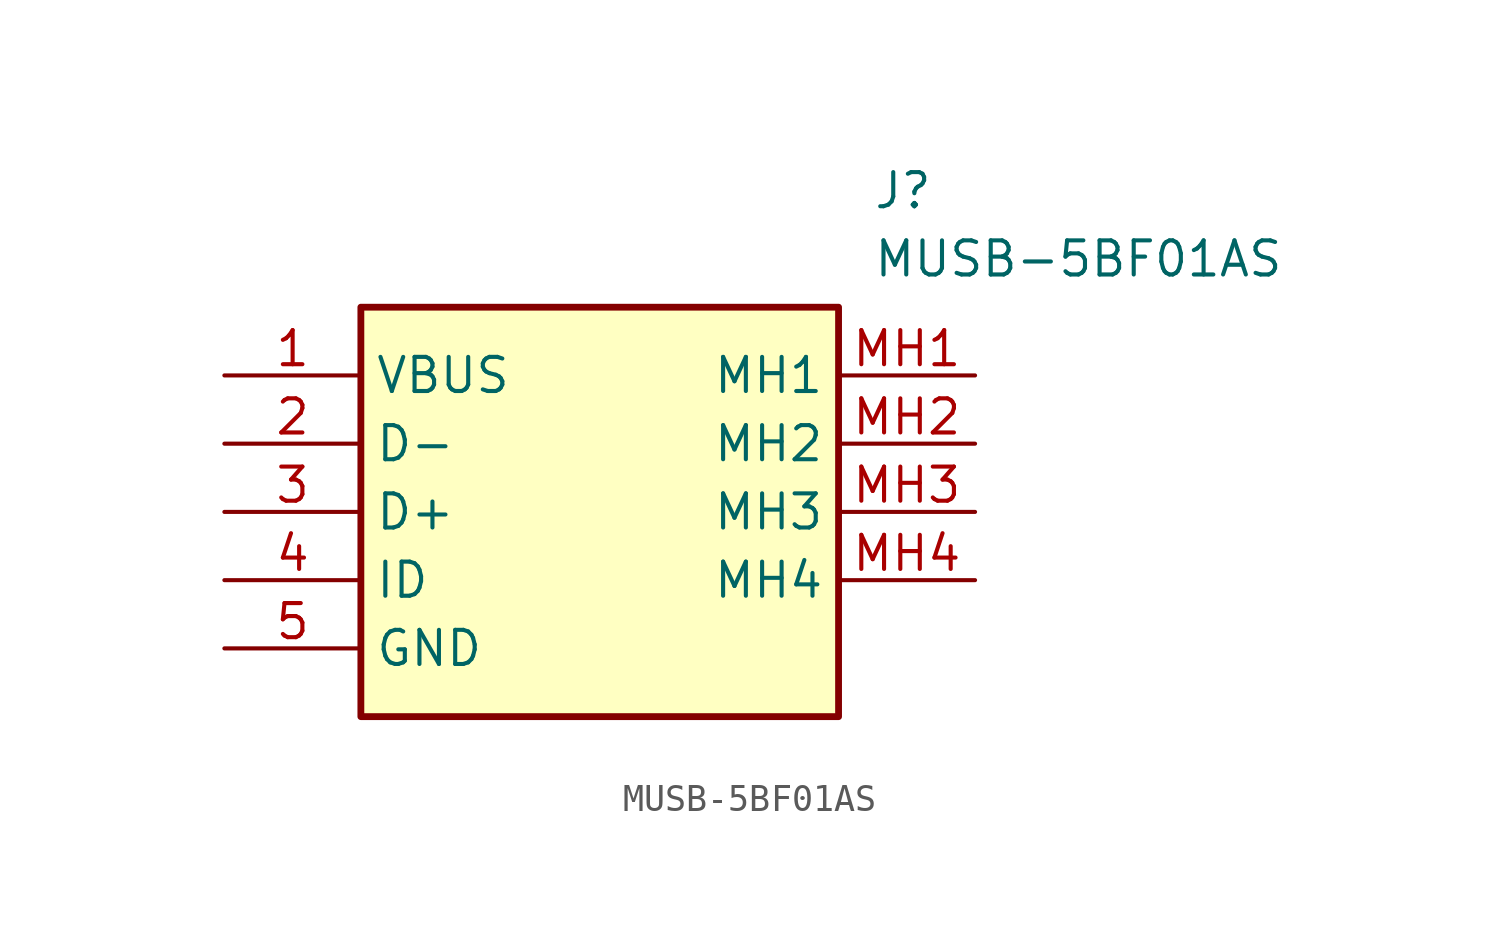
<source format=kicad_sym>
(kicad_symbol_lib
  (version 20211014)
  (generator SamacSys_ECAD_Model)
  (symbol "MUSB-5BF01AS"
    (property "Reference" "J"
      (at 24.13 7.62 0)
      (effects (font (size 1.27 1.27)) (justify left top)))
    (property "Value" "MUSB-5BF01AS"
      (at 24.13 5.08 0)
      (effects (font (size 1.27 1.27)) (justify left top)))
    (rectangle
      (start 5.08 2.54)
      (end 22.86 -12.7)
      (stroke (width 0.254) (type default))
      (fill (type background)))
    (pin passive line
      (at 0 0 0)
      (length 5.08)
      (name "VBUS" (effects (font (size 1.27 1.27))))
      (number "1" (effects (font (size 1.27 1.27)))))
    (pin passive line
      (at 0 -2.54 0)
      (length 5.08)
      (name "D-" (effects (font (size 1.27 1.27))))
      (number "2" (effects (font (size 1.27 1.27)))))
    (pin passive line
      (at 0 -5.08 0)
      (length 5.08)
      (name "D+" (effects (font (size 1.27 1.27))))
      (number "3" (effects (font (size 1.27 1.27)))))
    (pin passive line
      (at 0 -7.62 0)
      (length 5.08)
      (name "ID" (effects (font (size 1.27 1.27))))
      (number "4" (effects (font (size 1.27 1.27)))))
    (pin passive line
      (at 0 -10.16 0)
      (length 5.08)
      (name "GND" (effects (font (size 1.27 1.27))))
      (number "5" (effects (font (size 1.27 1.27)))))
    (pin passive line
      (at 27.94 0 180)
      (length 5.08)
      (name "MH1" (effects (font (size 1.27 1.27))))
      (number "MH1" (effects (font (size 1.27 1.27)))))
    (pin passive line
      (at 27.94 -2.54 180)
      (length 5.08)
      (name "MH2" (effects (font (size 1.27 1.27))))
      (number "MH2" (effects (font (size 1.27 1.27)))))
    (pin passive line
      (at 27.94 -5.08 180)
      (length 5.08)
      (name "MH3" (effects (font (size 1.27 1.27))))
      (number "MH3" (effects (font (size 1.27 1.27)))))
    (pin passive line
      (at 27.94 -7.62 180)
      (length 5.08)
      (name "MH4" (effects (font (size 1.27 1.27))))
      (number "MH4" (effects (font (size 1.27 1.27)))))))
</source>
